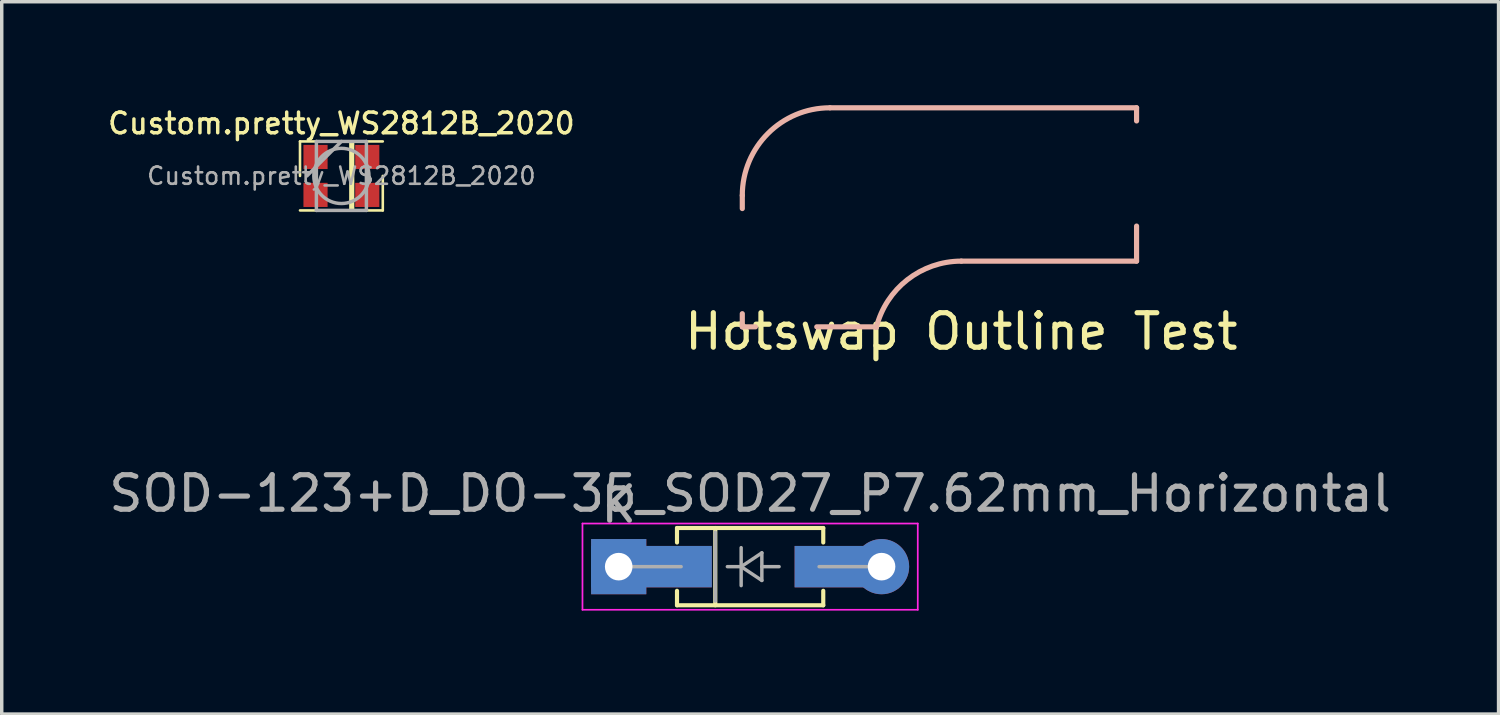
<source format=kicad_pcb>
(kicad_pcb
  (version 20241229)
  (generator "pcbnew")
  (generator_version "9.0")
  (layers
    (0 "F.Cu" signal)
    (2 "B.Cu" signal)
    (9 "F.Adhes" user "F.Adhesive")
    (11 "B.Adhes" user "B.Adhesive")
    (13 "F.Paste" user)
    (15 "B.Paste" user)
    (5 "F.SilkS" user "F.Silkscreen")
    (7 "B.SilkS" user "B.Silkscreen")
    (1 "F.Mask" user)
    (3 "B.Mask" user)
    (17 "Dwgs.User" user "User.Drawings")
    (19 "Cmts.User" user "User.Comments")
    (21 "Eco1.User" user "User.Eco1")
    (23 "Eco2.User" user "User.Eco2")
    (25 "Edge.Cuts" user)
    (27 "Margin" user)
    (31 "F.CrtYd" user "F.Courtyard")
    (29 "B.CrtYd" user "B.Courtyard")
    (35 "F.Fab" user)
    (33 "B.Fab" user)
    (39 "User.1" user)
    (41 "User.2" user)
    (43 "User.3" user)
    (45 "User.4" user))
  (footprint "SOD-123+D_DO-35_SOD27_P7.62mm_Horizontal"
    (layer "F.Cu")
    (at 14.886 13.377)
    (property "Reference" "SOD-123+D_DO-35_SOD27_P7.62mm_Horizontal" (at 3.81 -2.12 180) (layer "F.Fab") (effects (font (size 1 1) (thickness 0.15))))
    (attr through_hole)
    (fp_line (start 1.69 -1.12) (end 1.69 -0.7) (stroke (width 0.12) (type solid)) (layer "F.SilkS"))
    (fp_line (start 1.69 1.12) (end 1.69 0.7) (stroke (width 0.12) (type solid)) (layer "F.SilkS"))
    (fp_line (start 1.69 1.12) (end 5.93 1.12) (stroke (width 0.12) (type solid)) (layer "F.SilkS"))
    (fp_line (start 2.8 -1.12) (end 2.8 1.12) (stroke (width 0.12) (type solid)) (layer "F.SilkS"))
    (fp_line (start 5.93 -1.12) (end 1.69 -1.12) (stroke (width 0.12) (type solid)) (layer "F.SilkS"))
    (fp_line (start 5.93 -1.12) (end 5.93 -0.7) (stroke (width 0.12) (type solid)) (layer "F.SilkS"))
    (fp_line (start 5.93 1.12) (end 5.93 0.7) (stroke (width 0.12) (type solid)) (layer "F.SilkS"))
    (fp_line (start -1.05 -1.25) (end -1.05 1.25) (stroke (width 0.05) (type solid)) (layer "F.CrtYd"))
    (fp_line (start -1.05 1.25) (end 8.67 1.25) (stroke (width 0.05) (type solid)) (layer "F.CrtYd"))
    (fp_line (start 8.67 -1.25) (end -1.05 -1.25) (stroke (width 0.05) (type solid)) (layer "F.CrtYd"))
    (fp_line (start 8.67 1.25) (end 8.67 -1.25) (stroke (width 0.05) (type solid)) (layer "F.CrtYd"))
    (fp_line (start 0 0) (end 1.81 0) (stroke (width 0.1) (type solid)) (layer "F.Fab"))
    (fp_line (start 2.8 -1) (end 2.8 1) (stroke (width 0.1) (type solid)) (layer "F.Fab"))
    (fp_line (start 3.15 0) (end 3.55 0) (stroke (width 0.1) (type solid)) (layer "F.Fab"))
    (fp_line (start 3.55 0) (end 3.55 -0.55) (stroke (width 0.1) (type solid)) (layer "F.Fab"))
    (fp_line (start 3.55 0) (end 3.55 0.55) (stroke (width 0.1) (type solid)) (layer "F.Fab"))
    (fp_line (start 3.55 0) (end 4.15 -0.4) (stroke (width 0.1) (type solid)) (layer "F.Fab"))
    (fp_line (start 4.15 -0.4) (end 4.15 0.4) (stroke (width 0.1) (type solid)) (layer "F.Fab"))
    (fp_line (start 4.15 0) (end 4.65 0) (stroke (width 0.1) (type solid)) (layer "F.Fab"))
    (fp_line (start 4.15 0.4) (end 3.55 0) (stroke (width 0.1) (type solid)) (layer "F.Fab"))
    (fp_line (start 7.62 0) (end 5.81 0) (stroke (width 0.1) (type solid)) (layer "F.Fab"))
    (fp_text user "K" (at 0 -1.8 180) (layer "F.Fab") (effects (font (size 1 1) (thickness 0.15))))
    (pad "1" thru_hole rect (at 0 0) (size 1.6 1.6) (drill 0.8) (layers "*.Cu" "*.Mask"))
    (pad "1" smd rect (at 0.95 0) (size 3.5 1.2) (layers "F.Cu" "F.Mask" "F.Paste"))
    (pad "1" smd rect (at 0.95 0) (size 3.5 1.2) (layers "F.Mask" "B.Cu" "F.Paste"))
    (pad "2" smd rect (at 6.6 0) (size 3 1.2) (layers "F.Cu" "F.Mask" "F.Paste"))
    (pad "2" smd rect (at 6.6 0) (size 3 1.2) (layers "F.Mask" "B.Cu" "F.Paste"))
    (pad "2" thru_hole oval (at 7.62 0) (size 1.6 1.6) (drill 0.8) (layers "*.Cu" "*.Mask")))
  (footprint "Hotswap Outline Test"
    (layer "F.Cu")
    (at 24.819 7.06)
    (property "Reference" "Hotswap Outline Test" (at 0 -0.5 0) (unlocked yes) (layer "F.SilkS") (effects (font (size 1 1) (thickness 0.15))))
    (fp_line (start -6.35 -4.445) (end -6.35 -4.064) (stroke (width 0.15) (type solid)) (layer "B.SilkS"))
    (fp_line (start -6.35 -1.016) (end -6.35 -0.635) (stroke (width 0.15) (type solid)) (layer "B.SilkS"))
    (fp_line (start -5.969 -0.635) (end -6.35 -0.635) (stroke (width 0.15) (type solid)) (layer "B.SilkS"))
    (fp_line (start -3.81 -6.985) (end 5.08 -6.985) (stroke (width 0.15) (type solid)) (layer "B.SilkS"))
    (fp_line (start -2.464 -0.635) (end -4.191 -0.635) (stroke (width 0.15) (type solid)) (layer "B.SilkS"))
    (fp_line (start 5.08 -6.985) (end 5.08 -6.604) (stroke (width 0.15) (type solid)) (layer "B.SilkS"))
    (fp_line (start 5.08 -3.556) (end 5.08 -2.54) (stroke (width 0.15) (type solid)) (layer "B.SilkS"))
    (fp_line (start 5.08 -2.54) (end 0 -2.54) (stroke (width 0.15) (type solid)) (layer "B.SilkS"))
    (fp_arc (start -6.35 -4.445) (mid -5.606051 -6.241051) (end -3.81 -6.985) (stroke (width 0.15) (type solid)) (layer "B.SilkS"))
    (fp_arc (start -2.464162 -0.61604) (mid -1.563147 -2.002042) (end 0 -2.54) (stroke (width 0.15) (type solid)) (layer "B.SilkS")))
  (footprint "Custom.pretty_WS2812B_2020"
    (layer "F.Cu")
    (at 6.847 2.05)
    (property "Reference" "Custom.pretty_WS2812B_2020" (at 0 -1.524 0) (layer "F.SilkS") (effects (font (size 0.6 0.6) (thickness 0.1))))
    (attr smd)
    (fp_line (start -1.2 -1) (end 1.2 -1) (stroke (width 0.075) (type solid)) (layer "F.SilkS"))
    (fp_line (start -1.2 0) (end -1.2 -1) (stroke (width 0.075) (type solid)) (layer "F.SilkS"))
    (fp_line (start -1.2 1) (end 1.2 1) (stroke (width 0.075) (type solid)) (layer "F.SilkS"))
    (fp_line (start 0.3 0.95) (end 0.3 -0.95) (stroke (width 0.15) (type solid)) (layer "F.SilkS"))
    (fp_line (start 1.2 0) (end 1.2 1) (stroke (width 0.075) (type solid)) (layer "F.SilkS"))
    (fp_line (start -0.725 -1) (end -0.725 1) (stroke (width 0.1) (type solid)) (layer "F.Fab"))
    (fp_line (start -0.725 1) (end 0.725 1) (stroke (width 0.1) (type solid)) (layer "F.Fab"))
    (fp_line (start 0 -1) (end -1 0) (stroke (width 0.1) (type solid)) (layer "F.Fab"))
    (fp_line (start 0.725 -1) (end -0.725 -1) (stroke (width 0.1) (type solid)) (layer "F.Fab"))
    (fp_line (start 0.725 1) (end 0.725 -1) (stroke (width 0.1) (type solid)) (layer "F.Fab"))
    (fp_circle (center 0 0) (end 0.8 0) (stroke (width 0.1) (type solid)) (fill no) (layer "F.Fab"))
    (fp_text user "${REFERENCE}" (at 0 0 0) (layer "F.Fab") (effects (font (size 0.5 0.5) (thickness 0.075))))
    (pad "1" smd rect (at 0.75 0.55) (size 0.7 0.7) (layers "F.Cu" "F.Mask" "F.Paste"))
    (pad "2" smd rect (at 0.75 -0.55) (size 0.7 0.7) (layers "F.Cu" "F.Mask" "F.Paste"))
    (pad "3" smd rect (at -0.75 -0.55) (size 0.7 0.7) (layers "F.Cu" "F.Mask" "F.Paste"))
    (pad "4" smd rect (at -0.75 0.55) (size 0.7 0.7) (layers "F.Cu" "F.Mask" "F.Paste")))
  (gr_rect
    (start -3 -3)
    (end 40.393 17.651)
    (stroke (width 0.1) (type default))
    (fill no)
    (layer "Edge.Cuts")))
</source>
